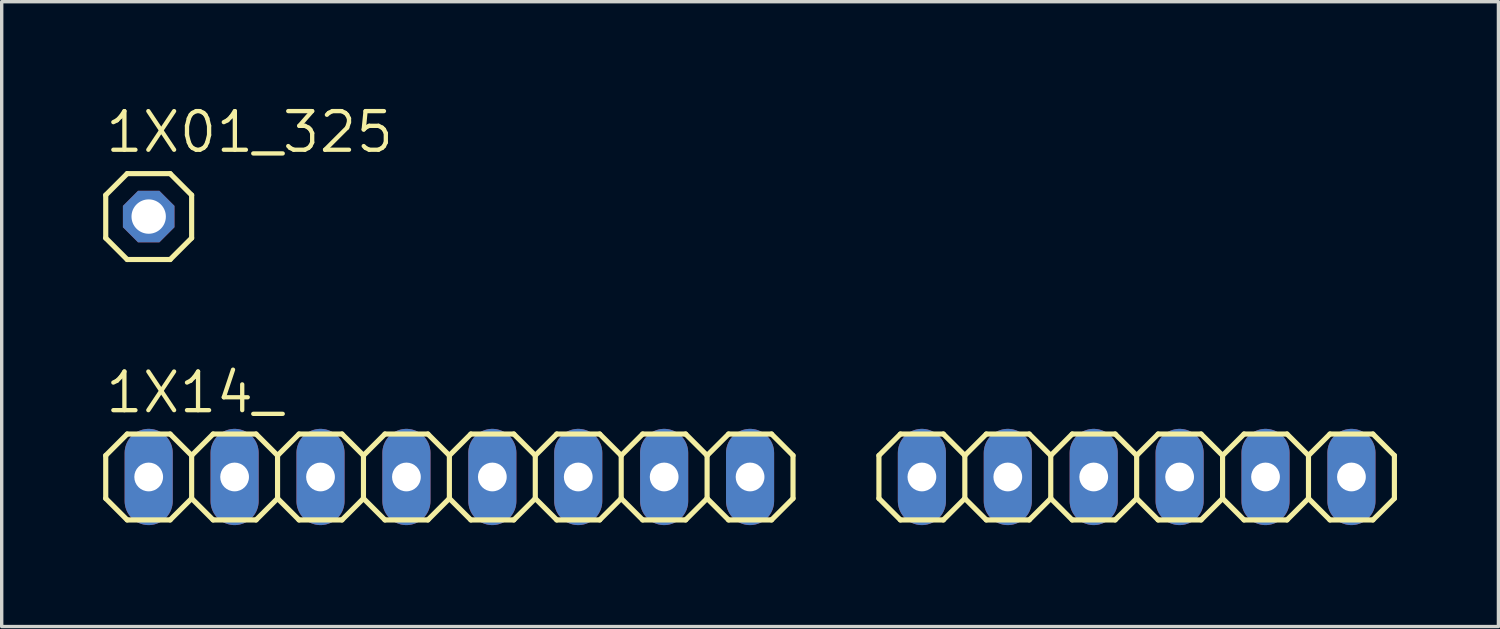
<source format=kicad_pcb>
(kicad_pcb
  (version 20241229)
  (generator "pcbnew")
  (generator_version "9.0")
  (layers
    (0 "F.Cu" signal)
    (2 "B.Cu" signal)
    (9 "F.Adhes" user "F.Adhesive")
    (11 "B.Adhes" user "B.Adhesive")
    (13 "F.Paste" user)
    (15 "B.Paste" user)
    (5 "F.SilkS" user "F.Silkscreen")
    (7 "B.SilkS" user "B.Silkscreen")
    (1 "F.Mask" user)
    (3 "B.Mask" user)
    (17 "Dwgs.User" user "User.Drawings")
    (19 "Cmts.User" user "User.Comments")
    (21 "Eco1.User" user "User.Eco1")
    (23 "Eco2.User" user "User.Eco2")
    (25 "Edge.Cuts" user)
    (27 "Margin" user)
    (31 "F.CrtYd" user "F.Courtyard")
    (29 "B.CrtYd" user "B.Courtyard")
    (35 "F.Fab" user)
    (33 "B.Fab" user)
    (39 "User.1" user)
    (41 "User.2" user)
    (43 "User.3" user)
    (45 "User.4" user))
  (footprint "1X14_"
    (layer "F.Cu")
    (at 19.126 11.052)
    (property "Reference" "1X14_" (at -19.126 -1.829 0) (unlocked yes) (layer "F.SilkS") (effects (font (size 1.143 1.143) (thickness 0.127)) (justify left bottom)))
    (fp_line (start -19.05 -0.635) (end -19.05 0.635) (stroke (width 0.152) (type solid)) (layer "F.SilkS"))
    (fp_line (start -19.05 0.635) (end -18.415 1.27) (stroke (width 0.152) (type solid)) (layer "F.SilkS"))
    (fp_line (start -18.415 -1.27) (end -19.05 -0.635) (stroke (width 0.152) (type solid)) (layer "F.SilkS"))
    (fp_line (start -18.415 -1.27) (end -17.145 -1.27) (stroke (width 0.152) (type solid)) (layer "F.SilkS"))
    (fp_line (start -17.145 -1.27) (end -16.51 -0.635) (stroke (width 0.152) (type solid)) (layer "F.SilkS"))
    (fp_line (start -17.145 1.27) (end -18.415 1.27) (stroke (width 0.152) (type solid)) (layer "F.SilkS"))
    (fp_line (start -16.51 -0.635) (end -16.51 0.635) (stroke (width 0.152) (type solid)) (layer "F.SilkS"))
    (fp_line (start -16.51 -0.635) (end -15.875 -1.27) (stroke (width 0.152) (type solid)) (layer "F.SilkS"))
    (fp_line (start -16.51 0.635) (end -17.145 1.27) (stroke (width 0.152) (type solid)) (layer "F.SilkS"))
    (fp_line (start -15.875 -1.27) (end -14.605 -1.27) (stroke (width 0.152) (type solid)) (layer "F.SilkS"))
    (fp_line (start -15.875 1.27) (end -16.51 0.635) (stroke (width 0.152) (type solid)) (layer "F.SilkS"))
    (fp_line (start -14.605 -1.27) (end -13.97 -0.635) (stroke (width 0.152) (type solid)) (layer "F.SilkS"))
    (fp_line (start -14.605 1.27) (end -15.875 1.27) (stroke (width 0.152) (type solid)) (layer "F.SilkS"))
    (fp_line (start -13.97 -0.635) (end -13.97 0.635) (stroke (width 0.152) (type solid)) (layer "F.SilkS"))
    (fp_line (start -13.97 -0.635) (end -13.335 -1.27) (stroke (width 0.152) (type solid)) (layer "F.SilkS"))
    (fp_line (start -13.97 0.635) (end -14.605 1.27) (stroke (width 0.152) (type solid)) (layer "F.SilkS"))
    (fp_line (start -13.335 -1.27) (end -12.065 -1.27) (stroke (width 0.152) (type solid)) (layer "F.SilkS"))
    (fp_line (start -13.335 1.27) (end -13.97 0.635) (stroke (width 0.152) (type solid)) (layer "F.SilkS"))
    (fp_line (start -12.065 -1.27) (end -11.43 -0.635) (stroke (width 0.152) (type solid)) (layer "F.SilkS"))
    (fp_line (start -12.065 1.27) (end -13.335 1.27) (stroke (width 0.152) (type solid)) (layer "F.SilkS"))
    (fp_line (start -11.43 -0.635) (end -11.43 0.635) (stroke (width 0.152) (type solid)) (layer "F.SilkS"))
    (fp_line (start -11.43 0.635) (end -12.065 1.27) (stroke (width 0.152) (type solid)) (layer "F.SilkS"))
    (fp_line (start -11.43 0.635) (end -10.795 1.27) (stroke (width 0.152) (type solid)) (layer "F.SilkS"))
    (fp_line (start -10.795 -1.27) (end -11.43 -0.635) (stroke (width 0.152) (type solid)) (layer "F.SilkS"))
    (fp_line (start -10.795 -1.27) (end -9.525 -1.27) (stroke (width 0.152) (type solid)) (layer "F.SilkS"))
    (fp_line (start -9.525 -1.27) (end -8.89 -0.635) (stroke (width 0.152) (type solid)) (layer "F.SilkS"))
    (fp_line (start -9.525 1.27) (end -10.795 1.27) (stroke (width 0.152) (type solid)) (layer "F.SilkS"))
    (fp_line (start -8.89 -0.635) (end -8.89 0.635) (stroke (width 0.152) (type solid)) (layer "F.SilkS"))
    (fp_line (start -8.89 -0.635) (end -8.255 -1.27) (stroke (width 0.152) (type solid)) (layer "F.SilkS"))
    (fp_line (start -8.89 0.635) (end -9.525 1.27) (stroke (width 0.152) (type solid)) (layer "F.SilkS"))
    (fp_line (start -8.255 -1.27) (end -6.985 -1.27) (stroke (width 0.152) (type solid)) (layer "F.SilkS"))
    (fp_line (start -8.255 1.27) (end -8.89 0.635) (stroke (width 0.152) (type solid)) (layer "F.SilkS"))
    (fp_line (start -6.985 -1.27) (end -6.35 -0.635) (stroke (width 0.152) (type solid)) (layer "F.SilkS"))
    (fp_line (start -6.985 1.27) (end -8.255 1.27) (stroke (width 0.152) (type solid)) (layer "F.SilkS"))
    (fp_line (start -6.35 -0.635) (end -6.35 0.635) (stroke (width 0.152) (type solid)) (layer "F.SilkS"))
    (fp_line (start -6.35 -0.635) (end -5.715 -1.27) (stroke (width 0.152) (type solid)) (layer "F.SilkS"))
    (fp_line (start -6.35 0.635) (end -6.985 1.27) (stroke (width 0.152) (type solid)) (layer "F.SilkS"))
    (fp_line (start -5.715 -1.27) (end -4.445 -1.27) (stroke (width 0.152) (type solid)) (layer "F.SilkS"))
    (fp_line (start -5.715 1.27) (end -6.35 0.635) (stroke (width 0.152) (type solid)) (layer "F.SilkS"))
    (fp_line (start -4.445 -1.27) (end -3.81 -0.635) (stroke (width 0.152) (type solid)) (layer "F.SilkS"))
    (fp_line (start -4.445 1.27) (end -5.715 1.27) (stroke (width 0.152) (type solid)) (layer "F.SilkS"))
    (fp_line (start -3.81 -0.635) (end -3.81 0.635) (stroke (width 0.152) (type solid)) (layer "F.SilkS"))
    (fp_line (start -3.81 0.635) (end -4.445 1.27) (stroke (width 0.152) (type solid)) (layer "F.SilkS"))
    (fp_line (start -3.81 0.635) (end -3.175 1.27) (stroke (width 0.152) (type solid)) (layer "F.SilkS"))
    (fp_line (start -3.175 -1.27) (end -3.81 -0.635) (stroke (width 0.152) (type solid)) (layer "F.SilkS"))
    (fp_line (start -3.175 -1.27) (end -1.905 -1.27) (stroke (width 0.152) (type solid)) (layer "F.SilkS"))
    (fp_line (start -1.905 -1.27) (end -1.27 -0.635) (stroke (width 0.152) (type solid)) (layer "F.SilkS"))
    (fp_line (start -1.905 1.27) (end -3.175 1.27) (stroke (width 0.152) (type solid)) (layer "F.SilkS"))
    (fp_line (start -1.27 -0.635) (end -1.27 0.635) (stroke (width 0.152) (type solid)) (layer "F.SilkS"))
    (fp_line (start -1.27 0.635) (end -1.905 1.27) (stroke (width 0.152) (type solid)) (layer "F.SilkS"))
    (fp_line (start -1.27 0.635) (end -0.635 1.27) (stroke (width 0.152) (type solid)) (layer "F.SilkS"))
    (fp_line (start -0.635 -1.27) (end -1.27 -0.635) (stroke (width 0.152) (type solid)) (layer "F.SilkS"))
    (fp_line (start -0.635 -1.27) (end 0.635 -1.27) (stroke (width 0.152) (type solid)) (layer "F.SilkS"))
    (fp_line (start 0.635 -1.27) (end 1.27 -0.635) (stroke (width 0.152) (type solid)) (layer "F.SilkS"))
    (fp_line (start 0.635 1.27) (end -0.635 1.27) (stroke (width 0.152) (type solid)) (layer "F.SilkS"))
    (fp_line (start 1.27 -0.635) (end 1.27 0.635) (stroke (width 0.152) (type solid)) (layer "F.SilkS"))
    (fp_line (start 1.27 0.635) (end 0.635 1.27) (stroke (width 0.152) (type solid)) (layer "F.SilkS"))
    (fp_line (start 3.81 -0.635) (end 3.81 0.635) (stroke (width 0.152) (type solid)) (layer "F.SilkS"))
    (fp_line (start 3.81 0.635) (end 4.445 1.27) (stroke (width 0.152) (type solid)) (layer "F.SilkS"))
    (fp_line (start 4.445 -1.27) (end 3.81 -0.635) (stroke (width 0.152) (type solid)) (layer "F.SilkS"))
    (fp_line (start 4.445 -1.27) (end 5.715 -1.27) (stroke (width 0.152) (type solid)) (layer "F.SilkS"))
    (fp_line (start 5.715 -1.27) (end 6.35 -0.635) (stroke (width 0.152) (type solid)) (layer "F.SilkS"))
    (fp_line (start 5.715 1.27) (end 4.445 1.27) (stroke (width 0.152) (type solid)) (layer "F.SilkS"))
    (fp_line (start 6.35 -0.635) (end 6.35 0.635) (stroke (width 0.152) (type solid)) (layer "F.SilkS"))
    (fp_line (start 6.35 -0.635) (end 6.985 -1.27) (stroke (width 0.152) (type solid)) (layer "F.SilkS"))
    (fp_line (start 6.35 0.635) (end 5.715 1.27) (stroke (width 0.152) (type solid)) (layer "F.SilkS"))
    (fp_line (start 6.985 -1.27) (end 8.255 -1.27) (stroke (width 0.152) (type solid)) (layer "F.SilkS"))
    (fp_line (start 6.985 1.27) (end 6.35 0.635) (stroke (width 0.152) (type solid)) (layer "F.SilkS"))
    (fp_line (start 8.255 -1.27) (end 8.89 -0.635) (stroke (width 0.152) (type solid)) (layer "F.SilkS"))
    (fp_line (start 8.255 1.27) (end 6.985 1.27) (stroke (width 0.152) (type solid)) (layer "F.SilkS"))
    (fp_line (start 8.89 -0.635) (end 8.89 0.635) (stroke (width 0.152) (type solid)) (layer "F.SilkS"))
    (fp_line (start 8.89 -0.635) (end 9.525 -1.27) (stroke (width 0.152) (type solid)) (layer "F.SilkS"))
    (fp_line (start 8.89 0.635) (end 8.255 1.27) (stroke (width 0.152) (type solid)) (layer "F.SilkS"))
    (fp_line (start 9.525 -1.27) (end 10.795 -1.27) (stroke (width 0.152) (type solid)) (layer "F.SilkS"))
    (fp_line (start 9.525 1.27) (end 8.89 0.635) (stroke (width 0.152) (type solid)) (layer "F.SilkS"))
    (fp_line (start 10.795 -1.27) (end 11.43 -0.635) (stroke (width 0.152) (type solid)) (layer "F.SilkS"))
    (fp_line (start 10.795 1.27) (end 9.525 1.27) (stroke (width 0.152) (type solid)) (layer "F.SilkS"))
    (fp_line (start 11.43 -0.635) (end 11.43 0.635) (stroke (width 0.152) (type solid)) (layer "F.SilkS"))
    (fp_line (start 11.43 0.635) (end 10.795 1.27) (stroke (width 0.152) (type solid)) (layer "F.SilkS"))
    (fp_line (start 11.43 0.635) (end 12.065 1.27) (stroke (width 0.152) (type solid)) (layer "F.SilkS"))
    (fp_line (start 12.065 -1.27) (end 11.43 -0.635) (stroke (width 0.152) (type solid)) (layer "F.SilkS"))
    (fp_line (start 12.065 -1.27) (end 13.335 -1.27) (stroke (width 0.152) (type solid)) (layer "F.SilkS"))
    (fp_line (start 13.335 -1.27) (end 13.97 -0.635) (stroke (width 0.152) (type solid)) (layer "F.SilkS"))
    (fp_line (start 13.335 1.27) (end 12.065 1.27) (stroke (width 0.152) (type solid)) (layer "F.SilkS"))
    (fp_line (start 13.97 -0.635) (end 13.97 0.635) (stroke (width 0.152) (type solid)) (layer "F.SilkS"))
    (fp_line (start 13.97 -0.635) (end 14.605 -1.27) (stroke (width 0.152) (type solid)) (layer "F.SilkS"))
    (fp_line (start 13.97 0.635) (end 13.335 1.27) (stroke (width 0.152) (type solid)) (layer "F.SilkS"))
    (fp_line (start 14.605 -1.27) (end 15.875 -1.27) (stroke (width 0.152) (type solid)) (layer "F.SilkS"))
    (fp_line (start 14.605 1.27) (end 13.97 0.635) (stroke (width 0.152) (type solid)) (layer "F.SilkS"))
    (fp_line (start 15.875 -1.27) (end 16.51 -0.635) (stroke (width 0.152) (type solid)) (layer "F.SilkS"))
    (fp_line (start 15.875 1.27) (end 14.605 1.27) (stroke (width 0.152) (type solid)) (layer "F.SilkS"))
    (fp_line (start 16.51 -0.635) (end 16.51 0.635) (stroke (width 0.152) (type solid)) (layer "F.SilkS"))
    (fp_line (start 16.51 -0.635) (end 17.145 -1.27) (stroke (width 0.152) (type solid)) (layer "F.SilkS"))
    (fp_line (start 16.51 0.635) (end 15.875 1.27) (stroke (width 0.152) (type solid)) (layer "F.SilkS"))
    (fp_line (start 17.145 -1.27) (end 18.415 -1.27) (stroke (width 0.152) (type solid)) (layer "F.SilkS"))
    (fp_line (start 17.145 1.27) (end 16.51 0.635) (stroke (width 0.152) (type solid)) (layer "F.SilkS"))
    (fp_line (start 18.415 -1.27) (end 19.05 -0.635) (stroke (width 0.152) (type solid)) (layer "F.SilkS"))
    (fp_line (start 18.415 1.27) (end 17.145 1.27) (stroke (width 0.152) (type solid)) (layer "F.SilkS"))
    (fp_line (start 19.05 -0.635) (end 19.05 0.635) (stroke (width 0.152) (type solid)) (layer "F.SilkS"))
    (fp_line (start 19.05 0.635) (end 18.415 1.27) (stroke (width 0.152) (type solid)) (layer "F.SilkS"))
    (fp_poly (pts (xy -18.034 0.254) (xy -17.526 0.254) (xy -17.526 -0.254) (xy -18.034 -0.254)) (stroke (width 0.1) (type default)) (fill no) (layer "F.Fab"))
    (fp_poly (pts (xy -15.494 0.254) (xy -14.986 0.254) (xy -14.986 -0.254) (xy -15.494 -0.254)) (stroke (width 0.1) (type default)) (fill no) (layer "F.Fab"))
    (fp_poly (pts (xy -12.954 0.254) (xy -12.446 0.254) (xy -12.446 -0.254) (xy -12.954 -0.254)) (stroke (width 0.1) (type default)) (fill no) (layer "F.Fab"))
    (fp_poly (pts (xy -10.414 0.254) (xy -9.906 0.254) (xy -9.906 -0.254) (xy -10.414 -0.254)) (stroke (width 0.1) (type default)) (fill no) (layer "F.Fab"))
    (fp_poly (pts (xy -7.874 0.254) (xy -7.366 0.254) (xy -7.366 -0.254) (xy -7.874 -0.254)) (stroke (width 0.1) (type default)) (fill no) (layer "F.Fab"))
    (fp_poly (pts (xy -5.334 0.254) (xy -4.826 0.254) (xy -4.826 -0.254) (xy -5.334 -0.254)) (stroke (width 0.1) (type default)) (fill no) (layer "F.Fab"))
    (fp_poly (pts (xy -2.794 0.254) (xy -2.286 0.254) (xy -2.286 -0.254) (xy -2.794 -0.254)) (stroke (width 0.1) (type default)) (fill no) (layer "F.Fab"))
    (fp_poly (pts (xy -0.254 0.254) (xy 0.254 0.254) (xy 0.254 -0.254) (xy -0.254 -0.254)) (stroke (width 0.1) (type default)) (fill no) (layer "F.Fab"))
    (fp_poly (pts (xy 4.826 0.254) (xy 5.334 0.254) (xy 5.334 -0.254) (xy 4.826 -0.254)) (stroke (width 0.1) (type default)) (fill no) (layer "F.Fab"))
    (fp_poly (pts (xy 7.366 0.254) (xy 7.874 0.254) (xy 7.874 -0.254) (xy 7.366 -0.254)) (stroke (width 0.1) (type default)) (fill no) (layer "F.Fab"))
    (fp_poly (pts (xy 9.906 0.254) (xy 10.414 0.254) (xy 10.414 -0.254) (xy 9.906 -0.254)) (stroke (width 0.1) (type default)) (fill no) (layer "F.Fab"))
    (fp_poly (pts (xy 12.446 0.254) (xy 12.954 0.254) (xy 12.954 -0.254) (xy 12.446 -0.254)) (stroke (width 0.1) (type default)) (fill no) (layer "F.Fab"))
    (fp_poly (pts (xy 14.986 0.254) (xy 15.494 0.254) (xy 15.494 -0.254) (xy 14.986 -0.254)) (stroke (width 0.1) (type default)) (fill no) (layer "F.Fab"))
    (fp_poly (pts (xy 17.526 0.254) (xy 18.034 0.254) (xy 18.034 -0.254) (xy 17.526 -0.254)) (stroke (width 0.1) (type default)) (fill no) (layer "F.Fab"))
    (pad "1" thru_hole oval (at -17.78 0 90) (size 2.845 1.422) (drill 0.85) (layers "*.Cu" "*.Mask"))
    (pad "2" thru_hole oval (at -15.24 0 90) (size 2.845 1.422) (drill 0.85) (layers "*.Cu" "*.Mask"))
    (pad "3" thru_hole oval (at -12.7 0 90) (size 2.845 1.422) (drill 0.85) (layers "*.Cu" "*.Mask"))
    (pad "4" thru_hole oval (at -10.16 0 90) (size 2.845 1.422) (drill 0.85) (layers "*.Cu" "*.Mask"))
    (pad "5" thru_hole oval (at -7.62 0 90) (size 2.845 1.422) (drill 0.85) (layers "*.Cu" "*.Mask"))
    (pad "6" thru_hole oval (at -5.08 0 90) (size 2.845 1.422) (drill 0.85) (layers "*.Cu" "*.Mask"))
    (pad "7" thru_hole oval (at -2.54 0 90) (size 2.845 1.422) (drill 0.85) (layers "*.Cu" "*.Mask"))
    (pad "8" thru_hole oval (at 0 0 90) (size 2.845 1.422) (drill 0.85) (layers "*.Cu" "*.Mask"))
    (pad "9" thru_hole oval (at 5.08 0 90) (size 2.845 1.422) (drill 0.85) (layers "*.Cu" "*.Mask"))
    (pad "10" thru_hole oval (at 7.62 0 90) (size 2.845 1.422) (drill 0.85) (layers "*.Cu" "*.Mask"))
    (pad "11" thru_hole oval (at 10.16 0 90) (size 2.845 1.422) (drill 0.85) (layers "*.Cu" "*.Mask"))
    (pad "12" thru_hole oval (at 12.7 0 90) (size 2.845 1.422) (drill 0.85) (layers "*.Cu" "*.Mask"))
    (pad "13" thru_hole oval (at 15.24 0 90) (size 2.845 1.422) (drill 0.85) (layers "*.Cu" "*.Mask"))
    (pad "14" thru_hole oval (at 17.78 0 90) (size 2.845 1.422) (drill 0.85) (layers "*.Cu" "*.Mask")))
  (footprint "1X01_325"
    (layer "F.Cu")
    (at 1.346 3.353)
    (property "Reference" "1X01_325" (at -1.346 -1.829 0) (unlocked yes) (layer "F.SilkS") (effects (font (size 1.143 1.143) (thickness 0.127)) (justify left bottom)))
    (fp_line (start -1.27 -0.635) (end -1.27 0.635) (stroke (width 0.152) (type solid)) (layer "F.SilkS"))
    (fp_line (start -1.27 0.635) (end -0.635 1.27) (stroke (width 0.152) (type solid)) (layer "F.SilkS"))
    (fp_line (start -0.635 -1.27) (end -1.27 -0.635) (stroke (width 0.152) (type solid)) (layer "F.SilkS"))
    (fp_line (start -0.635 -1.27) (end 0.635 -1.27) (stroke (width 0.152) (type solid)) (layer "F.SilkS"))
    (fp_line (start 0.635 -1.27) (end 1.27 -0.635) (stroke (width 0.152) (type solid)) (layer "F.SilkS"))
    (fp_line (start 0.635 1.27) (end -0.635 1.27) (stroke (width 0.152) (type solid)) (layer "F.SilkS"))
    (fp_line (start 1.27 -0.635) (end 1.27 0.635) (stroke (width 0.152) (type solid)) (layer "F.SilkS"))
    (fp_line (start 1.27 0.635) (end 0.635 1.27) (stroke (width 0.152) (type solid)) (layer "F.SilkS"))
    (fp_poly (pts (xy -0.254 0.254) (xy 0.254 0.254) (xy 0.254 -0.254) (xy -0.254 -0.254)) (stroke (width 0.1) (type default)) (fill no) (layer "F.Fab"))
    (pad "1" thru_hole roundrect (at 0 0) (size 1.524 1.524) (drill 1.016) (layers "*.Cu" "*.Mask") (roundrect_rratio 0.25) (chamfer_ratio 0.293) (chamfer top_left top_right bottom_left bottom_right)))
  (gr_rect
    (start -3 -3)
    (end 41.252 15.474)
    (stroke (width 0.1) (type default))
    (fill no)
    (layer "Edge.Cuts")))
</source>
